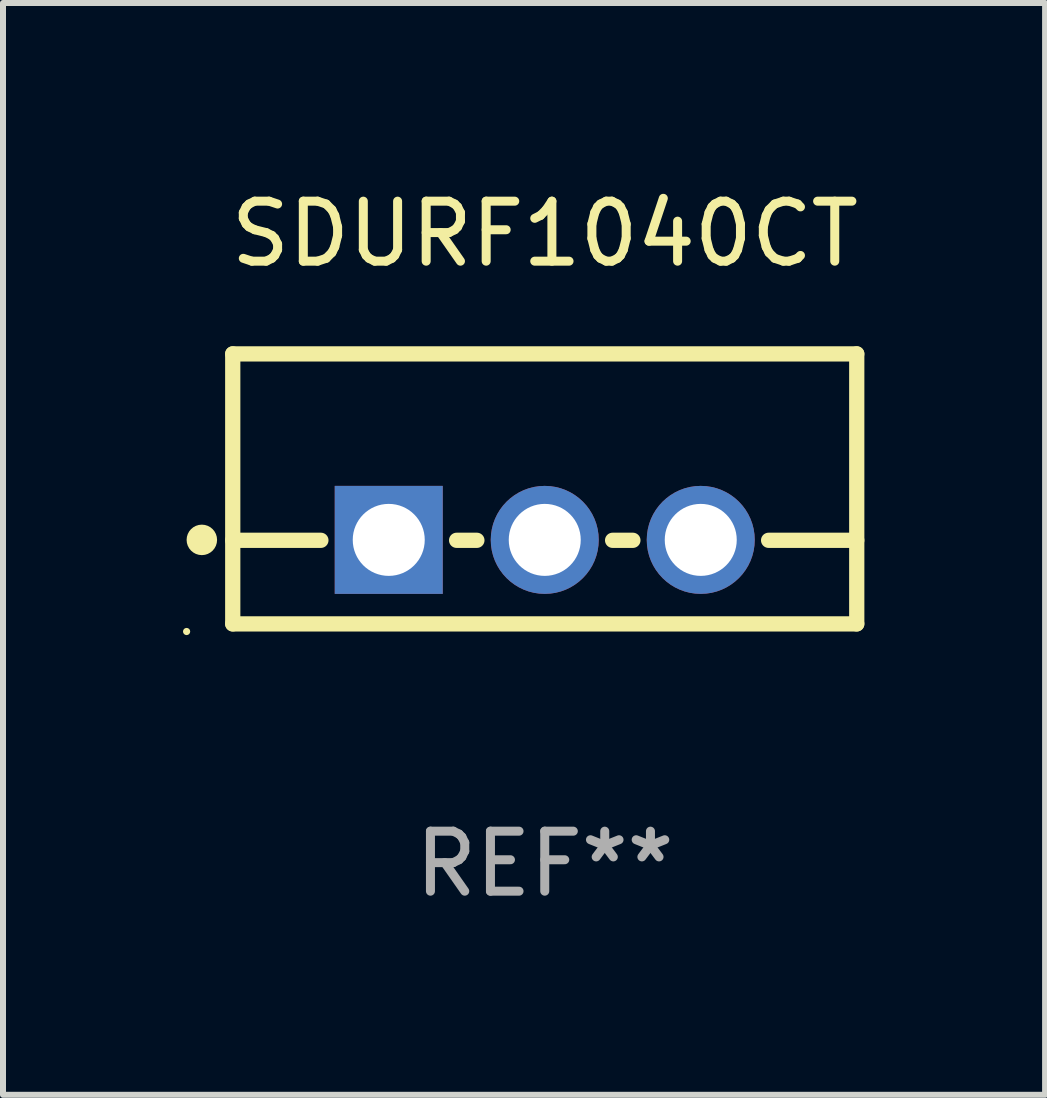
<source format=kicad_pcb>
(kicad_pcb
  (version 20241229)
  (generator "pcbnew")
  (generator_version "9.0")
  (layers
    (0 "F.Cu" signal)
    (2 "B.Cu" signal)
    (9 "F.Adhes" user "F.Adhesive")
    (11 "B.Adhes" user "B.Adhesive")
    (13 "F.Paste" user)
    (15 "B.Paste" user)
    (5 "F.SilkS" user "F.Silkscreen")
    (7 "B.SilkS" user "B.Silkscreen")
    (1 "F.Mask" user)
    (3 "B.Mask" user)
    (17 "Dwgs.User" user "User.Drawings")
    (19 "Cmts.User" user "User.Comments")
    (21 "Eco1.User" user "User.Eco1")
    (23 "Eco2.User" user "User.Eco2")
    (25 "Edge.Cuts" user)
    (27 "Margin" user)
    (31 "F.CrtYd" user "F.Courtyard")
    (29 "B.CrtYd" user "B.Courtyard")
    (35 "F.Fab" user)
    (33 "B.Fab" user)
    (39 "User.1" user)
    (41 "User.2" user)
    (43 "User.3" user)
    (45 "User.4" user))
  (footprint "SDURF1040CT"
    (layer "F.Cu")
    (at 6.029 5.098)
    (property "Reference" "SDURF1040CT" (at 0 -4.25 0) (layer "F.SilkS") (effects (font (size 1 1) (thickness 0.15))))
    (attr through_hole)
    (fp_line (start -5.2 -2.25) (end -5.2 2.25) (stroke (width 0.254) (type solid)) (layer "F.SilkS"))
    (fp_line (start -5.2 -2.25) (end 5.2 -2.25) (stroke (width 0.254) (type solid)) (layer "F.SilkS"))
    (fp_line (start -5.2 0.857) (end -3.731 0.857) (stroke (width 0.254) (type solid)) (layer "F.SilkS"))
    (fp_line (start -5.2 2.25) (end 5.2 2.25) (stroke (width 0.254) (type solid)) (layer "F.SilkS"))
    (fp_line (start -1.469 0.857) (end -1.131 0.857) (stroke (width 0.254) (type solid)) (layer "F.SilkS"))
    (fp_line (start 1.131 0.857) (end 1.469 0.857) (stroke (width 0.254) (type solid)) (layer "F.SilkS"))
    (fp_line (start 3.731 0.857) (end 5.2 0.857) (stroke (width 0.254) (type solid)) (layer "F.SilkS"))
    (fp_line (start 5.2 -2.25) (end 5.2 2.25) (stroke (width 0.254) (type solid)) (layer "F.SilkS"))
    (fp_circle (center -5.969 2.377) (end -5.939 2.377) (stroke (width 0.06) (type solid)) (fill no) (layer "F.SilkS"))
    (fp_circle (center -5.715 0.85) (end -5.588 0.85) (stroke (width 0.254) (type solid)) (fill no) (layer "F.SilkS"))
    (fp_text user "REF**" (at 0 6.25 0) (layer "F.Fab") (effects (font (size 1 1) (thickness 0.15))))
    (pad "1" thru_hole rect (at -2.6 0.85) (size 1.8 1.8) (drill 1.2) (layers "*.Cu" "*.Mask"))
    (pad "2" thru_hole circle (at 0 0.85) (size 1.8 1.8) (drill 1.2) (layers "*.Cu" "*.Mask"))
    (pad "3" thru_hole circle (at 2.6 0.85) (size 1.8 1.8) (drill 1.2) (layers "*.Cu" "*.Mask")))
  (gr_rect
    (start -3 -3)
    (end 14.368 15.197)
    (stroke (width 0.1) (type default))
    (fill no)
    (layer "Edge.Cuts")))
</source>
